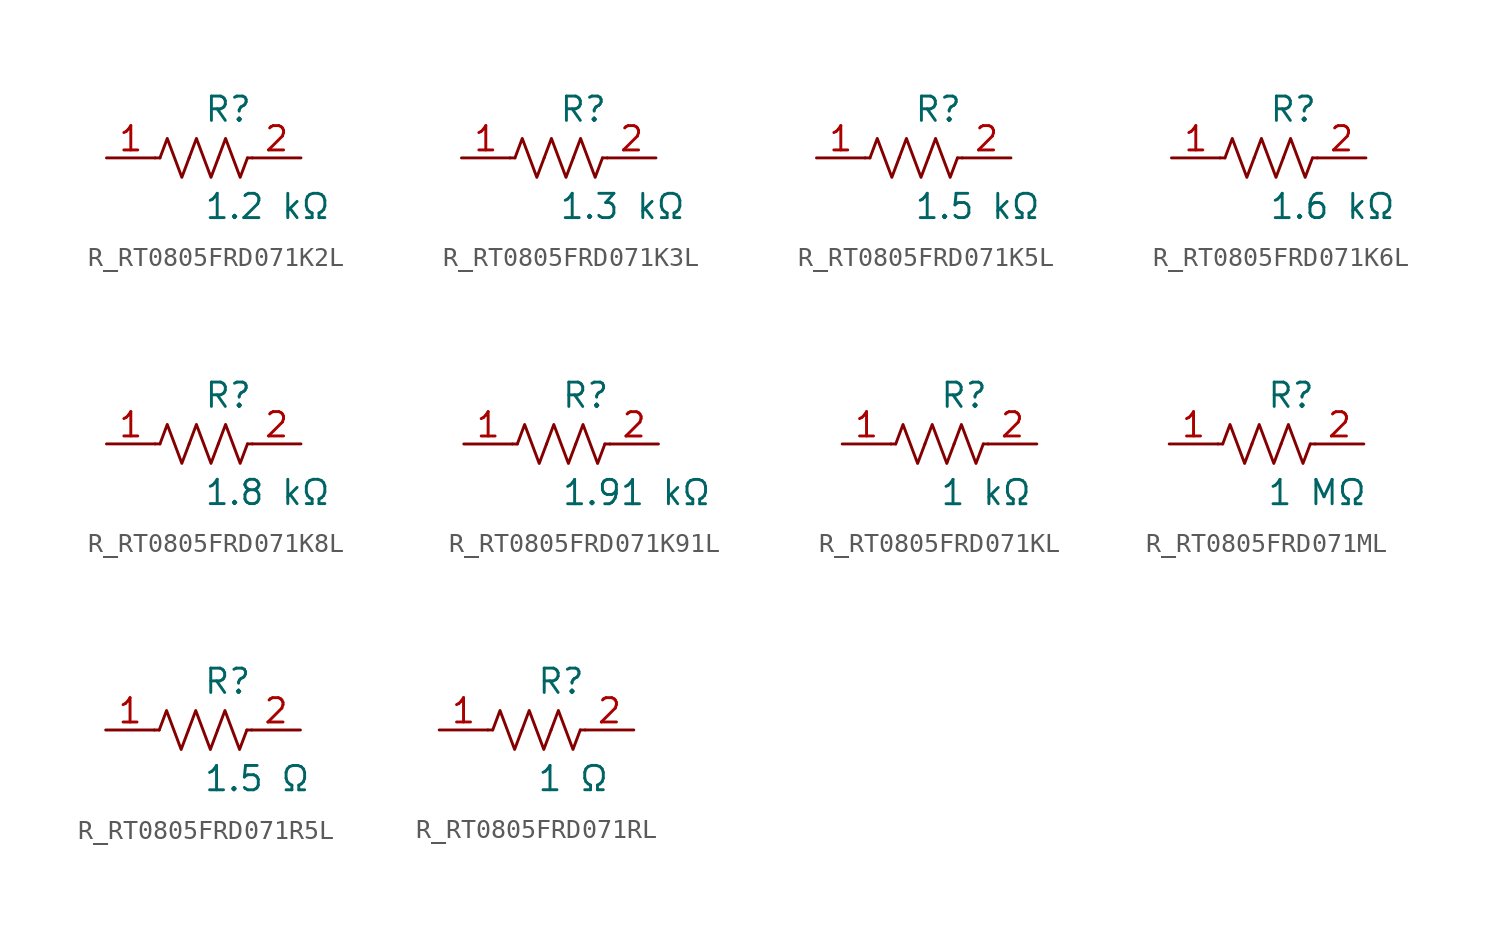
<source format=kicad_sym>
(kicad_symbol_lib
  (version 20231120)
  (generator kicad_symbol_editor)
  (generator_version 8.0)
  (symbol "R_RT0805FRD071K2L"
    (pin_names
      (offset 0.254))
    (property "Reference" "R"
      (at 0 2.54 0)
      (effects (font (size 1.27 1.27)) (justify left)))
    (property "Value" "1.2 kΩ"
      (at 0 -2.54 0)
      (effects (font (size 1.27 1.27)) (justify left)))
    (symbol "R_RT0805FRD071K2L_0_1"
      (polyline (pts (xy 2.286 0) (xy 2.54 0)) (stroke (width 0) (type default)) (fill (type none)))
      (polyline (pts (xy -2.286 0) (xy -2.54 0)) (stroke (width 0) (type default)) (fill (type none)))
      (polyline (pts (xy 0.762 0) (xy 1.143 1.016) (xy 1.524 0) (xy 1.905 -1.016) (xy 2.286 0)) (stroke (width 0) (type default)) (fill (type none)))
      (polyline (pts (xy -0.762 0) (xy -0.381 1.016) (xy 0 0) (xy 0.381 -1.016) (xy 0.762 0)) (stroke (width 0) (type default)) (fill (type none)))
      (polyline (pts (xy -2.286 0) (xy -1.905 1.016) (xy -1.524 0) (xy -1.143 -1.016) (xy -0.762 0)) (stroke (width 0) (type default)) (fill (type none))))
    (pin unspecified line
      (at -5.08 0 0)
      (length 2.54)
      (name "" (effects (font (size 1.27 1.27))))
      (number "1" (effects (font (size 1.27 1.27)))))
    (pin unspecified line
      (at 5.08 0 180)
      (length 2.54)
      (name "" (effects (font (size 1.27 1.27))))
      (number "2" (effects (font (size 1.27 1.27))))))
  (symbol "R_RT0805FRD071K3L"
    (pin_names
      (offset 0.254))
    (property "Reference" "R"
      (at 0 2.54 0)
      (effects (font (size 1.27 1.27)) (justify left)))
    (property "Value" "1.3 kΩ"
      (at 0 -2.54 0)
      (effects (font (size 1.27 1.27)) (justify left)))
    (symbol "R_RT0805FRD071K3L_0_1"
      (polyline (pts (xy 2.286 0) (xy 2.54 0)) (stroke (width 0) (type default)) (fill (type none)))
      (polyline (pts (xy -2.286 0) (xy -2.54 0)) (stroke (width 0) (type default)) (fill (type none)))
      (polyline (pts (xy 0.762 0) (xy 1.143 1.016) (xy 1.524 0) (xy 1.905 -1.016) (xy 2.286 0)) (stroke (width 0) (type default)) (fill (type none)))
      (polyline (pts (xy -0.762 0) (xy -0.381 1.016) (xy 0 0) (xy 0.381 -1.016) (xy 0.762 0)) (stroke (width 0) (type default)) (fill (type none)))
      (polyline (pts (xy -2.286 0) (xy -1.905 1.016) (xy -1.524 0) (xy -1.143 -1.016) (xy -0.762 0)) (stroke (width 0) (type default)) (fill (type none))))
    (pin unspecified line
      (at -5.08 0 0)
      (length 2.54)
      (name "" (effects (font (size 1.27 1.27))))
      (number "1" (effects (font (size 1.27 1.27)))))
    (pin unspecified line
      (at 5.08 0 180)
      (length 2.54)
      (name "" (effects (font (size 1.27 1.27))))
      (number "2" (effects (font (size 1.27 1.27))))))
  (symbol "R_RT0805FRD071K5L"
    (pin_names
      (offset 0.254))
    (property "Reference" "R"
      (at 0 2.54 0)
      (effects (font (size 1.27 1.27)) (justify left)))
    (property "Value" "1.5 kΩ"
      (at 0 -2.54 0)
      (effects (font (size 1.27 1.27)) (justify left)))
    (symbol "R_RT0805FRD071K5L_0_1"
      (polyline (pts (xy 2.286 0) (xy 2.54 0)) (stroke (width 0) (type default)) (fill (type none)))
      (polyline (pts (xy -2.286 0) (xy -2.54 0)) (stroke (width 0) (type default)) (fill (type none)))
      (polyline (pts (xy 0.762 0) (xy 1.143 1.016) (xy 1.524 0) (xy 1.905 -1.016) (xy 2.286 0)) (stroke (width 0) (type default)) (fill (type none)))
      (polyline (pts (xy -0.762 0) (xy -0.381 1.016) (xy 0 0) (xy 0.381 -1.016) (xy 0.762 0)) (stroke (width 0) (type default)) (fill (type none)))
      (polyline (pts (xy -2.286 0) (xy -1.905 1.016) (xy -1.524 0) (xy -1.143 -1.016) (xy -0.762 0)) (stroke (width 0) (type default)) (fill (type none))))
    (pin unspecified line
      (at -5.08 0 0)
      (length 2.54)
      (name "" (effects (font (size 1.27 1.27))))
      (number "1" (effects (font (size 1.27 1.27)))))
    (pin unspecified line
      (at 5.08 0 180)
      (length 2.54)
      (name "" (effects (font (size 1.27 1.27))))
      (number "2" (effects (font (size 1.27 1.27))))))
  (symbol "R_RT0805FRD071K6L"
    (pin_names
      (offset 0.254))
    (property "Reference" "R"
      (at 0 2.54 0)
      (effects (font (size 1.27 1.27)) (justify left)))
    (property "Value" "1.6 kΩ"
      (at 0 -2.54 0)
      (effects (font (size 1.27 1.27)) (justify left)))
    (symbol "R_RT0805FRD071K6L_0_1"
      (polyline (pts (xy 2.286 0) (xy 2.54 0)) (stroke (width 0) (type default)) (fill (type none)))
      (polyline (pts (xy -2.286 0) (xy -2.54 0)) (stroke (width 0) (type default)) (fill (type none)))
      (polyline (pts (xy 0.762 0) (xy 1.143 1.016) (xy 1.524 0) (xy 1.905 -1.016) (xy 2.286 0)) (stroke (width 0) (type default)) (fill (type none)))
      (polyline (pts (xy -0.762 0) (xy -0.381 1.016) (xy 0 0) (xy 0.381 -1.016) (xy 0.762 0)) (stroke (width 0) (type default)) (fill (type none)))
      (polyline (pts (xy -2.286 0) (xy -1.905 1.016) (xy -1.524 0) (xy -1.143 -1.016) (xy -0.762 0)) (stroke (width 0) (type default)) (fill (type none))))
    (pin unspecified line
      (at -5.08 0 0)
      (length 2.54)
      (name "" (effects (font (size 1.27 1.27))))
      (number "1" (effects (font (size 1.27 1.27)))))
    (pin unspecified line
      (at 5.08 0 180)
      (length 2.54)
      (name "" (effects (font (size 1.27 1.27))))
      (number "2" (effects (font (size 1.27 1.27))))))
  (symbol "R_RT0805FRD071K8L"
    (pin_names
      (offset 0.254))
    (property "Reference" "R"
      (at 0 2.54 0)
      (effects (font (size 1.27 1.27)) (justify left)))
    (property "Value" "1.8 kΩ"
      (at 0 -2.54 0)
      (effects (font (size 1.27 1.27)) (justify left)))
    (symbol "R_RT0805FRD071K8L_0_1"
      (polyline (pts (xy 2.286 0) (xy 2.54 0)) (stroke (width 0) (type default)) (fill (type none)))
      (polyline (pts (xy -2.286 0) (xy -2.54 0)) (stroke (width 0) (type default)) (fill (type none)))
      (polyline (pts (xy 0.762 0) (xy 1.143 1.016) (xy 1.524 0) (xy 1.905 -1.016) (xy 2.286 0)) (stroke (width 0) (type default)) (fill (type none)))
      (polyline (pts (xy -0.762 0) (xy -0.381 1.016) (xy 0 0) (xy 0.381 -1.016) (xy 0.762 0)) (stroke (width 0) (type default)) (fill (type none)))
      (polyline (pts (xy -2.286 0) (xy -1.905 1.016) (xy -1.524 0) (xy -1.143 -1.016) (xy -0.762 0)) (stroke (width 0) (type default)) (fill (type none))))
    (pin unspecified line
      (at -5.08 0 0)
      (length 2.54)
      (name "" (effects (font (size 1.27 1.27))))
      (number "1" (effects (font (size 1.27 1.27)))))
    (pin unspecified line
      (at 5.08 0 180)
      (length 2.54)
      (name "" (effects (font (size 1.27 1.27))))
      (number "2" (effects (font (size 1.27 1.27))))))
  (symbol "R_RT0805FRD071K91L"
    (pin_names
      (offset 0.254))
    (property "Reference" "R"
      (at 0 2.54 0)
      (effects (font (size 1.27 1.27)) (justify left)))
    (property "Value" "1.91 kΩ"
      (at 0 -2.54 0)
      (effects (font (size 1.27 1.27)) (justify left)))
    (symbol "R_RT0805FRD071K91L_0_1"
      (polyline (pts (xy 2.286 0) (xy 2.54 0)) (stroke (width 0) (type default)) (fill (type none)))
      (polyline (pts (xy -2.286 0) (xy -2.54 0)) (stroke (width 0) (type default)) (fill (type none)))
      (polyline (pts (xy 0.762 0) (xy 1.143 1.016) (xy 1.524 0) (xy 1.905 -1.016) (xy 2.286 0)) (stroke (width 0) (type default)) (fill (type none)))
      (polyline (pts (xy -0.762 0) (xy -0.381 1.016) (xy 0 0) (xy 0.381 -1.016) (xy 0.762 0)) (stroke (width 0) (type default)) (fill (type none)))
      (polyline (pts (xy -2.286 0) (xy -1.905 1.016) (xy -1.524 0) (xy -1.143 -1.016) (xy -0.762 0)) (stroke (width 0) (type default)) (fill (type none))))
    (pin unspecified line
      (at -5.08 0 0)
      (length 2.54)
      (name "" (effects (font (size 1.27 1.27))))
      (number "1" (effects (font (size 1.27 1.27)))))
    (pin unspecified line
      (at 5.08 0 180)
      (length 2.54)
      (name "" (effects (font (size 1.27 1.27))))
      (number "2" (effects (font (size 1.27 1.27))))))
  (symbol "R_RT0805FRD071KL"
    (pin_names
      (offset 0.254))
    (property "Reference" "R"
      (at 0 2.54 0)
      (effects (font (size 1.27 1.27)) (justify left)))
    (property "Value" "1 kΩ"
      (at 0 -2.54 0)
      (effects (font (size 1.27 1.27)) (justify left)))
    (symbol "R_RT0805FRD071KL_0_1"
      (polyline (pts (xy 2.286 0) (xy 2.54 0)) (stroke (width 0) (type default)) (fill (type none)))
      (polyline (pts (xy -2.286 0) (xy -2.54 0)) (stroke (width 0) (type default)) (fill (type none)))
      (polyline (pts (xy 0.762 0) (xy 1.143 1.016) (xy 1.524 0) (xy 1.905 -1.016) (xy 2.286 0)) (stroke (width 0) (type default)) (fill (type none)))
      (polyline (pts (xy -0.762 0) (xy -0.381 1.016) (xy 0 0) (xy 0.381 -1.016) (xy 0.762 0)) (stroke (width 0) (type default)) (fill (type none)))
      (polyline (pts (xy -2.286 0) (xy -1.905 1.016) (xy -1.524 0) (xy -1.143 -1.016) (xy -0.762 0)) (stroke (width 0) (type default)) (fill (type none))))
    (pin unspecified line
      (at -5.08 0 0)
      (length 2.54)
      (name "" (effects (font (size 1.27 1.27))))
      (number "1" (effects (font (size 1.27 1.27)))))
    (pin unspecified line
      (at 5.08 0 180)
      (length 2.54)
      (name "" (effects (font (size 1.27 1.27))))
      (number "2" (effects (font (size 1.27 1.27))))))
  (symbol "R_RT0805FRD071ML"
    (pin_names
      (offset 0.254))
    (property "Reference" "R"
      (at 0 2.54 0)
      (effects (font (size 1.27 1.27)) (justify left)))
    (property "Value" "1 MΩ"
      (at 0 -2.54 0)
      (effects (font (size 1.27 1.27)) (justify left)))
    (symbol "R_RT0805FRD071ML_0_1"
      (polyline (pts (xy 2.286 0) (xy 2.54 0)) (stroke (width 0) (type default)) (fill (type none)))
      (polyline (pts (xy -2.286 0) (xy -2.54 0)) (stroke (width 0) (type default)) (fill (type none)))
      (polyline (pts (xy 0.762 0) (xy 1.143 1.016) (xy 1.524 0) (xy 1.905 -1.016) (xy 2.286 0)) (stroke (width 0) (type default)) (fill (type none)))
      (polyline (pts (xy -0.762 0) (xy -0.381 1.016) (xy 0 0) (xy 0.381 -1.016) (xy 0.762 0)) (stroke (width 0) (type default)) (fill (type none)))
      (polyline (pts (xy -2.286 0) (xy -1.905 1.016) (xy -1.524 0) (xy -1.143 -1.016) (xy -0.762 0)) (stroke (width 0) (type default)) (fill (type none))))
    (pin unspecified line
      (at -5.08 0 0)
      (length 2.54)
      (name "" (effects (font (size 1.27 1.27))))
      (number "1" (effects (font (size 1.27 1.27)))))
    (pin unspecified line
      (at 5.08 0 180)
      (length 2.54)
      (name "" (effects (font (size 1.27 1.27))))
      (number "2" (effects (font (size 1.27 1.27))))))
  (symbol "R_RT0805FRD071R5L"
    (pin_names
      (offset 0.254))
    (property "Reference" "R"
      (at 0 2.54 0)
      (effects (font (size 1.27 1.27)) (justify left)))
    (property "Value" "1.5 Ω"
      (at 0 -2.54 0)
      (effects (font (size 1.27 1.27)) (justify left)))
    (symbol "R_RT0805FRD071R5L_0_1"
      (polyline (pts (xy 2.286 0) (xy 2.54 0)) (stroke (width 0) (type default)) (fill (type none)))
      (polyline (pts (xy -2.286 0) (xy -2.54 0)) (stroke (width 0) (type default)) (fill (type none)))
      (polyline (pts (xy 0.762 0) (xy 1.143 1.016) (xy 1.524 0) (xy 1.905 -1.016) (xy 2.286 0)) (stroke (width 0) (type default)) (fill (type none)))
      (polyline (pts (xy -0.762 0) (xy -0.381 1.016) (xy 0 0) (xy 0.381 -1.016) (xy 0.762 0)) (stroke (width 0) (type default)) (fill (type none)))
      (polyline (pts (xy -2.286 0) (xy -1.905 1.016) (xy -1.524 0) (xy -1.143 -1.016) (xy -0.762 0)) (stroke (width 0) (type default)) (fill (type none))))
    (pin unspecified line
      (at -5.08 0 0)
      (length 2.54)
      (name "" (effects (font (size 1.27 1.27))))
      (number "1" (effects (font (size 1.27 1.27)))))
    (pin unspecified line
      (at 5.08 0 180)
      (length 2.54)
      (name "" (effects (font (size 1.27 1.27))))
      (number "2" (effects (font (size 1.27 1.27))))))
  (symbol "R_RT0805FRD071RL"
    (pin_names
      (offset 0.254))
    (property "Reference" "R"
      (at 0 2.54 0)
      (effects (font (size 1.27 1.27)) (justify left)))
    (property "Value" "1 Ω"
      (at 0 -2.54 0)
      (effects (font (size 1.27 1.27)) (justify left)))
    (symbol "R_RT0805FRD071RL_0_1"
      (polyline (pts (xy 2.286 0) (xy 2.54 0)) (stroke (width 0) (type default)) (fill (type none)))
      (polyline (pts (xy -2.286 0) (xy -2.54 0)) (stroke (width 0) (type default)) (fill (type none)))
      (polyline (pts (xy 0.762 0) (xy 1.143 1.016) (xy 1.524 0) (xy 1.905 -1.016) (xy 2.286 0)) (stroke (width 0) (type default)) (fill (type none)))
      (polyline (pts (xy -0.762 0) (xy -0.381 1.016) (xy 0 0) (xy 0.381 -1.016) (xy 0.762 0)) (stroke (width 0) (type default)) (fill (type none)))
      (polyline (pts (xy -2.286 0) (xy -1.905 1.016) (xy -1.524 0) (xy -1.143 -1.016) (xy -0.762 0)) (stroke (width 0) (type default)) (fill (type none))))
    (pin unspecified line
      (at -5.08 0 0)
      (length 2.54)
      (name "" (effects (font (size 1.27 1.27))))
      (number "1" (effects (font (size 1.27 1.27)))))
    (pin unspecified line
      (at 5.08 0 180)
      (length 2.54)
      (name "" (effects (font (size 1.27 1.27))))
      (number "2" (effects (font (size 1.27 1.27)))))))
</source>
